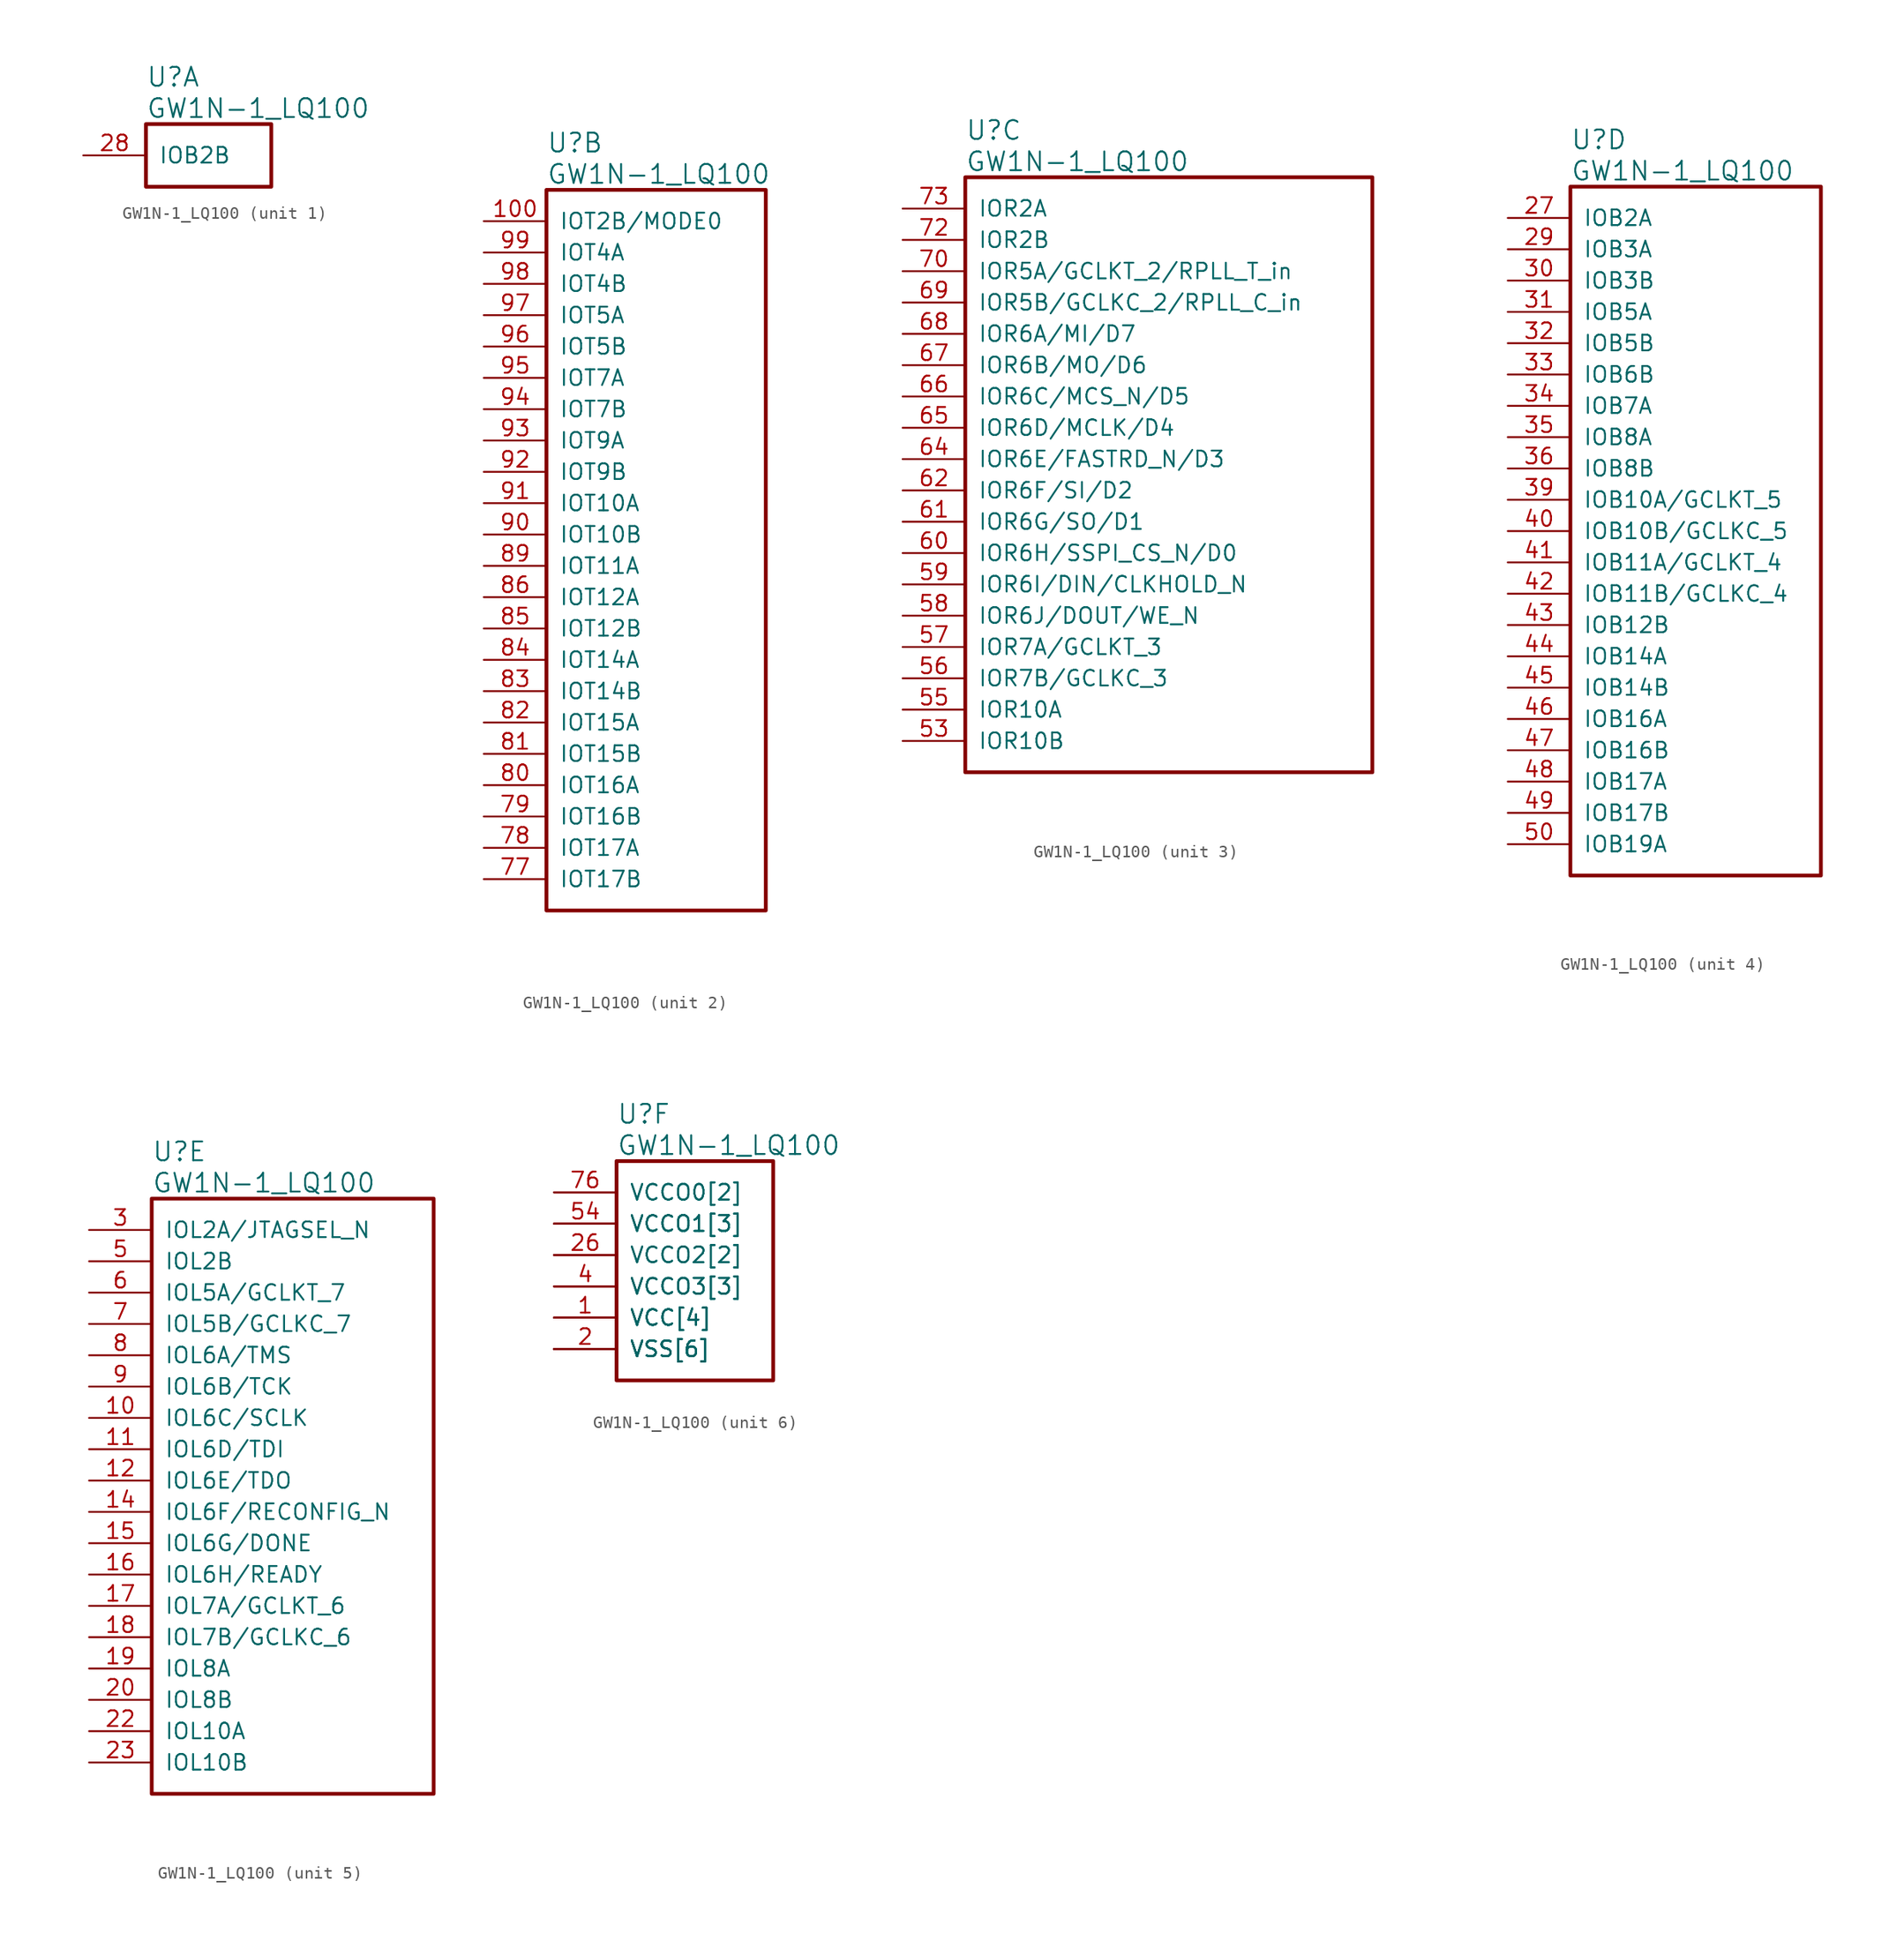
<source format=kicad_sym>
(kicad_symbol_lib
  (version 20241209)
  (generator "kicad_symbol_editor")
  (generator_version "9.0")
  (symbol "GW1N-1_LQ100"
    (pin_names
      (offset 1.016))
    (property "Reference" "U"
      (at 5.08 6.35 0)
      (effects (font (size 1.524 1.524)) (justify left)))
    (property "Value" "GW1N-1_LQ100"
      (at 5.08 3.81 0)
      (effects (font (size 1.524 1.524)) (justify left)))
    (property "ki_locked" ""
      (at 0 0 0)
      (effects (font (size 1.27 1.27))))
    (symbol "GW1N-1_LQ100_1_1"
      (rectangle (start 5.08 2.54) (end 15.24 -2.54) (stroke (width 0.305) (type solid)) (fill (type none)))
      (pin bidirectional line (at 0 0 0) (length 5.08) (name "IOB2B" (effects (font (size 1.27 1.27)))) (number "28" (effects (font (size 1.27 1.27))))))
    (symbol "GW1N-1_LQ100_2_1"
      (rectangle (start 5.08 2.54) (end 22.86 -55.88) (stroke (width 0.305) (type solid)) (fill (type none)))
      (pin bidirectional line (at 0 0 0) (length 5.08) (name "IOT2B/MODE0" (effects (font (size 1.27 1.27)))) (number "100" (effects (font (size 1.27 1.27)))))
      (pin bidirectional line (at 0 -2.54 0) (length 5.08) (name "IOT4A" (effects (font (size 1.27 1.27)))) (number "99" (effects (font (size 1.27 1.27)))))
      (pin bidirectional line (at 0 -5.08 0) (length 5.08) (name "IOT4B" (effects (font (size 1.27 1.27)))) (number "98" (effects (font (size 1.27 1.27)))))
      (pin bidirectional line (at 0 -7.62 0) (length 5.08) (name "IOT5A" (effects (font (size 1.27 1.27)))) (number "97" (effects (font (size 1.27 1.27)))))
      (pin bidirectional line (at 0 -10.16 0) (length 5.08) (name "IOT5B" (effects (font (size 1.27 1.27)))) (number "96" (effects (font (size 1.27 1.27)))))
      (pin bidirectional line (at 0 -12.7 0) (length 5.08) (name "IOT7A" (effects (font (size 1.27 1.27)))) (number "95" (effects (font (size 1.27 1.27)))))
      (pin bidirectional line (at 0 -15.24 0) (length 5.08) (name "IOT7B" (effects (font (size 1.27 1.27)))) (number "94" (effects (font (size 1.27 1.27)))))
      (pin bidirectional line (at 0 -17.78 0) (length 5.08) (name "IOT9A" (effects (font (size 1.27 1.27)))) (number "93" (effects (font (size 1.27 1.27)))))
      (pin bidirectional line (at 0 -20.32 0) (length 5.08) (name "IOT9B" (effects (font (size 1.27 1.27)))) (number "92" (effects (font (size 1.27 1.27)))))
      (pin bidirectional line (at 0 -22.86 0) (length 5.08) (name "IOT10A" (effects (font (size 1.27 1.27)))) (number "91" (effects (font (size 1.27 1.27)))))
      (pin bidirectional line (at 0 -25.4 0) (length 5.08) (name "IOT10B" (effects (font (size 1.27 1.27)))) (number "90" (effects (font (size 1.27 1.27)))))
      (pin bidirectional line (at 0 -27.94 0) (length 5.08) (name "IOT11A" (effects (font (size 1.27 1.27)))) (number "89" (effects (font (size 1.27 1.27)))))
      (pin bidirectional line (at 0 -30.48 0) (length 5.08) (name "IOT12A" (effects (font (size 1.27 1.27)))) (number "86" (effects (font (size 1.27 1.27)))))
      (pin bidirectional line (at 0 -33.02 0) (length 5.08) (name "IOT12B" (effects (font (size 1.27 1.27)))) (number "85" (effects (font (size 1.27 1.27)))))
      (pin bidirectional line (at 0 -35.56 0) (length 5.08) (name "IOT14A" (effects (font (size 1.27 1.27)))) (number "84" (effects (font (size 1.27 1.27)))))
      (pin bidirectional line (at 0 -38.1 0) (length 5.08) (name "IOT14B" (effects (font (size 1.27 1.27)))) (number "83" (effects (font (size 1.27 1.27)))))
      (pin bidirectional line (at 0 -40.64 0) (length 5.08) (name "IOT15A" (effects (font (size 1.27 1.27)))) (number "82" (effects (font (size 1.27 1.27)))))
      (pin bidirectional line (at 0 -43.18 0) (length 5.08) (name "IOT15B" (effects (font (size 1.27 1.27)))) (number "81" (effects (font (size 1.27 1.27)))))
      (pin bidirectional line (at 0 -45.72 0) (length 5.08) (name "IOT16A" (effects (font (size 1.27 1.27)))) (number "80" (effects (font (size 1.27 1.27)))))
      (pin bidirectional line (at 0 -48.26 0) (length 5.08) (name "IOT16B" (effects (font (size 1.27 1.27)))) (number "79" (effects (font (size 1.27 1.27)))))
      (pin bidirectional line (at 0 -50.8 0) (length 5.08) (name "IOT17A" (effects (font (size 1.27 1.27)))) (number "78" (effects (font (size 1.27 1.27)))))
      (pin bidirectional line (at 0 -53.34 0) (length 5.08) (name "IOT17B" (effects (font (size 1.27 1.27)))) (number "77" (effects (font (size 1.27 1.27))))))
    (symbol "GW1N-1_LQ100_3_1"
      (rectangle (start 5.08 2.54) (end 38.1 -45.72) (stroke (width 0.305) (type solid)) (fill (type none)))
      (pin bidirectional line (at 0 0 0) (length 5.08) (name "IOR2A" (effects (font (size 1.27 1.27)))) (number "73" (effects (font (size 1.27 1.27)))))
      (pin bidirectional line (at 0 -2.54 0) (length 5.08) (name "IOR2B" (effects (font (size 1.27 1.27)))) (number "72" (effects (font (size 1.27 1.27)))))
      (pin bidirectional line (at 0 -5.08 0) (length 5.08) (name "IOR5A/GCLKT_2/RPLL_T_in" (effects (font (size 1.27 1.27)))) (number "70" (effects (font (size 1.27 1.27)))))
      (pin bidirectional line (at 0 -7.62 0) (length 5.08) (name "IOR5B/GCLKC_2/RPLL_C_in" (effects (font (size 1.27 1.27)))) (number "69" (effects (font (size 1.27 1.27)))))
      (pin bidirectional line (at 0 -10.16 0) (length 5.08) (name "IOR6A/MI/D7" (effects (font (size 1.27 1.27)))) (number "68" (effects (font (size 1.27 1.27)))))
      (pin bidirectional line (at 0 -12.7 0) (length 5.08) (name "IOR6B/MO/D6" (effects (font (size 1.27 1.27)))) (number "67" (effects (font (size 1.27 1.27)))))
      (pin bidirectional line (at 0 -15.24 0) (length 5.08) (name "IOR6C/MCS_N/D5" (effects (font (size 1.27 1.27)))) (number "66" (effects (font (size 1.27 1.27)))))
      (pin bidirectional line (at 0 -17.78 0) (length 5.08) (name "IOR6D/MCLK/D4" (effects (font (size 1.27 1.27)))) (number "65" (effects (font (size 1.27 1.27)))))
      (pin bidirectional line (at 0 -20.32 0) (length 5.08) (name "IOR6E/FASTRD_N/D3" (effects (font (size 1.27 1.27)))) (number "64" (effects (font (size 1.27 1.27)))))
      (pin bidirectional line (at 0 -22.86 0) (length 5.08) (name "IOR6F/SI/D2" (effects (font (size 1.27 1.27)))) (number "62" (effects (font (size 1.27 1.27)))))
      (pin bidirectional line (at 0 -25.4 0) (length 5.08) (name "IOR6G/SO/D1" (effects (font (size 1.27 1.27)))) (number "61" (effects (font (size 1.27 1.27)))))
      (pin bidirectional line (at 0 -27.94 0) (length 5.08) (name "IOR6H/SSPI_CS_N/D0" (effects (font (size 1.27 1.27)))) (number "60" (effects (font (size 1.27 1.27)))))
      (pin bidirectional line (at 0 -30.48 0) (length 5.08) (name "IOR6I/DIN/CLKHOLD_N" (effects (font (size 1.27 1.27)))) (number "59" (effects (font (size 1.27 1.27)))))
      (pin bidirectional line (at 0 -33.02 0) (length 5.08) (name "IOR6J/DOUT/WE_N" (effects (font (size 1.27 1.27)))) (number "58" (effects (font (size 1.27 1.27)))))
      (pin bidirectional line (at 0 -35.56 0) (length 5.08) (name "IOR7A/GCLKT_3" (effects (font (size 1.27 1.27)))) (number "57" (effects (font (size 1.27 1.27)))))
      (pin bidirectional line (at 0 -38.1 0) (length 5.08) (name "IOR7B/GCLKC_3" (effects (font (size 1.27 1.27)))) (number "56" (effects (font (size 1.27 1.27)))))
      (pin bidirectional line (at 0 -40.64 0) (length 5.08) (name "IOR10A" (effects (font (size 1.27 1.27)))) (number "55" (effects (font (size 1.27 1.27)))))
      (pin bidirectional line (at 0 -43.18 0) (length 5.08) (name "IOR10B" (effects (font (size 1.27 1.27)))) (number "53" (effects (font (size 1.27 1.27))))))
    (symbol "GW1N-1_LQ100_4_1"
      (rectangle (start 5.08 2.54) (end 25.4 -53.34) (stroke (width 0.305) (type solid)) (fill (type none)))
      (pin bidirectional line (at 0 0 0) (length 5.08) (name "IOB2A" (effects (font (size 1.27 1.27)))) (number "27" (effects (font (size 1.27 1.27)))))
      (pin bidirectional line (at 0 -2.54 0) (length 5.08) (name "IOB3A" (effects (font (size 1.27 1.27)))) (number "29" (effects (font (size 1.27 1.27)))))
      (pin bidirectional line (at 0 -5.08 0) (length 5.08) (name "IOB3B" (effects (font (size 1.27 1.27)))) (number "30" (effects (font (size 1.27 1.27)))))
      (pin bidirectional line (at 0 -7.62 0) (length 5.08) (name "IOB5A" (effects (font (size 1.27 1.27)))) (number "31" (effects (font (size 1.27 1.27)))))
      (pin bidirectional line (at 0 -10.16 0) (length 5.08) (name "IOB5B" (effects (font (size 1.27 1.27)))) (number "32" (effects (font (size 1.27 1.27)))))
      (pin bidirectional line (at 0 -12.7 0) (length 5.08) (name "IOB6B" (effects (font (size 1.27 1.27)))) (number "33" (effects (font (size 1.27 1.27)))))
      (pin bidirectional line (at 0 -15.24 0) (length 5.08) (name "IOB7A" (effects (font (size 1.27 1.27)))) (number "34" (effects (font (size 1.27 1.27)))))
      (pin bidirectional line (at 0 -17.78 0) (length 5.08) (name "IOB8A" (effects (font (size 1.27 1.27)))) (number "35" (effects (font (size 1.27 1.27)))))
      (pin bidirectional line (at 0 -20.32 0) (length 5.08) (name "IOB8B" (effects (font (size 1.27 1.27)))) (number "36" (effects (font (size 1.27 1.27)))))
      (pin bidirectional line (at 0 -22.86 0) (length 5.08) (name "IOB10A/GCLKT_5" (effects (font (size 1.27 1.27)))) (number "39" (effects (font (size 1.27 1.27)))))
      (pin bidirectional line (at 0 -25.4 0) (length 5.08) (name "IOB10B/GCLKC_5" (effects (font (size 1.27 1.27)))) (number "40" (effects (font (size 1.27 1.27)))))
      (pin bidirectional line (at 0 -27.94 0) (length 5.08) (name "IOB11A/GCLKT_4" (effects (font (size 1.27 1.27)))) (number "41" (effects (font (size 1.27 1.27)))))
      (pin bidirectional line (at 0 -30.48 0) (length 5.08) (name "IOB11B/GCLKC_4" (effects (font (size 1.27 1.27)))) (number "42" (effects (font (size 1.27 1.27)))))
      (pin bidirectional line (at 0 -33.02 0) (length 5.08) (name "IOB12B" (effects (font (size 1.27 1.27)))) (number "43" (effects (font (size 1.27 1.27)))))
      (pin bidirectional line (at 0 -35.56 0) (length 5.08) (name "IOB14A" (effects (font (size 1.27 1.27)))) (number "44" (effects (font (size 1.27 1.27)))))
      (pin bidirectional line (at 0 -38.1 0) (length 5.08) (name "IOB14B" (effects (font (size 1.27 1.27)))) (number "45" (effects (font (size 1.27 1.27)))))
      (pin bidirectional line (at 0 -40.64 0) (length 5.08) (name "IOB16A" (effects (font (size 1.27 1.27)))) (number "46" (effects (font (size 1.27 1.27)))))
      (pin bidirectional line (at 0 -43.18 0) (length 5.08) (name "IOB16B" (effects (font (size 1.27 1.27)))) (number "47" (effects (font (size 1.27 1.27)))))
      (pin bidirectional line (at 0 -45.72 0) (length 5.08) (name "IOB17A" (effects (font (size 1.27 1.27)))) (number "48" (effects (font (size 1.27 1.27)))))
      (pin bidirectional line (at 0 -48.26 0) (length 5.08) (name "IOB17B" (effects (font (size 1.27 1.27)))) (number "49" (effects (font (size 1.27 1.27)))))
      (pin bidirectional line (at 0 -50.8 0) (length 5.08) (name "IOB19A" (effects (font (size 1.27 1.27)))) (number "50" (effects (font (size 1.27 1.27))))))
    (symbol "GW1N-1_LQ100_5_1"
      (rectangle (start 5.08 2.54) (end 27.94 -45.72) (stroke (width 0.305) (type solid)) (fill (type none)))
      (pin bidirectional line (at 0 0 0) (length 5.08) (name "IOL2A/JTAGSEL_N" (effects (font (size 1.27 1.27)))) (number "3" (effects (font (size 1.27 1.27)))))
      (pin bidirectional line (at 0 -2.54 0) (length 5.08) (name "IOL2B" (effects (font (size 1.27 1.27)))) (number "5" (effects (font (size 1.27 1.27)))))
      (pin bidirectional line (at 0 -5.08 0) (length 5.08) (name "IOL5A/GCLKT_7" (effects (font (size 1.27 1.27)))) (number "6" (effects (font (size 1.27 1.27)))))
      (pin bidirectional line (at 0 -7.62 0) (length 5.08) (name "IOL5B/GCLKC_7" (effects (font (size 1.27 1.27)))) (number "7" (effects (font (size 1.27 1.27)))))
      (pin bidirectional line (at 0 -10.16 0) (length 5.08) (name "IOL6A/TMS" (effects (font (size 1.27 1.27)))) (number "8" (effects (font (size 1.27 1.27)))))
      (pin bidirectional line (at 0 -12.7 0) (length 5.08) (name "IOL6B/TCK" (effects (font (size 1.27 1.27)))) (number "9" (effects (font (size 1.27 1.27)))))
      (pin bidirectional line (at 0 -15.24 0) (length 5.08) (name "IOL6C/SCLK" (effects (font (size 1.27 1.27)))) (number "10" (effects (font (size 1.27 1.27)))))
      (pin bidirectional line (at 0 -17.78 0) (length 5.08) (name "IOL6D/TDI" (effects (font (size 1.27 1.27)))) (number "11" (effects (font (size 1.27 1.27)))))
      (pin bidirectional line (at 0 -20.32 0) (length 5.08) (name "IOL6E/TDO" (effects (font (size 1.27 1.27)))) (number "12" (effects (font (size 1.27 1.27)))))
      (pin bidirectional line (at 0 -22.86 0) (length 5.08) (name "IOL6F/RECONFIG_N" (effects (font (size 1.27 1.27)))) (number "14" (effects (font (size 1.27 1.27)))))
      (pin bidirectional line (at 0 -25.4 0) (length 5.08) (name "IOL6G/DONE" (effects (font (size 1.27 1.27)))) (number "15" (effects (font (size 1.27 1.27)))))
      (pin bidirectional line (at 0 -27.94 0) (length 5.08) (name "IOL6H/READY" (effects (font (size 1.27 1.27)))) (number "16" (effects (font (size 1.27 1.27)))))
      (pin bidirectional line (at 0 -30.48 0) (length 5.08) (name "IOL7A/GCLKT_6" (effects (font (size 1.27 1.27)))) (number "17" (effects (font (size 1.27 1.27)))))
      (pin bidirectional line (at 0 -33.02 0) (length 5.08) (name "IOL7B/GCLKC_6" (effects (font (size 1.27 1.27)))) (number "18" (effects (font (size 1.27 1.27)))))
      (pin bidirectional line (at 0 -35.56 0) (length 5.08) (name "IOL8A" (effects (font (size 1.27 1.27)))) (number "19" (effects (font (size 1.27 1.27)))))
      (pin bidirectional line (at 0 -38.1 0) (length 5.08) (name "IOL8B" (effects (font (size 1.27 1.27)))) (number "20" (effects (font (size 1.27 1.27)))))
      (pin bidirectional line (at 0 -40.64 0) (length 5.08) (name "IOL10A" (effects (font (size 1.27 1.27)))) (number "22" (effects (font (size 1.27 1.27)))))
      (pin bidirectional line (at 0 -43.18 0) (length 5.08) (name "IOL10B" (effects (font (size 1.27 1.27)))) (number "23" (effects (font (size 1.27 1.27))))))
    (symbol "GW1N-1_LQ100_6_1"
      (rectangle (start 5.08 2.54) (end 17.78 -15.24) (stroke (width 0.305) (type solid)) (fill (type none)))
      (pin power_in line (at 0 0 0) (length 5.08) (name "VCCO0[2]" (effects (font (size 1.27 1.27)))) (number "76" (effects (font (size 1.27 1.27)))))
      (pin power_in line (at 0 0 0) (length 5.08) (name "VCCO0[2]" (effects (font (size 1.27 1.27)))) (number "88" (effects (font (size 0 0)))))
      (pin power_in line (at 0 -2.54 0) (length 5.08) (name "VCCO1[3]" (effects (font (size 1.27 1.27)))) (number "54" (effects (font (size 1.27 1.27)))))
      (pin power_in line (at 0 -2.54 0) (length 5.08) (name "VCCO1[3]" (effects (font (size 1.27 1.27)))) (number "63" (effects (font (size 0 0)))))
      (pin power_in line (at 0 -2.54 0) (length 5.08) (name "VCCO1[3]" (effects (font (size 1.27 1.27)))) (number "71" (effects (font (size 0 0)))))
      (pin power_in line (at 0 -5.08 0) (length 5.08) (name "VCCO2[2]" (effects (font (size 1.27 1.27)))) (number "26" (effects (font (size 1.27 1.27)))))
      (pin power_in line (at 0 -5.08 0) (length 5.08) (name "VCCO2[2]" (effects (font (size 1.27 1.27)))) (number "38" (effects (font (size 0 0)))))
      (pin power_in line (at 0 -7.62 0) (length 5.08) (name "VCCO3[3]" (effects (font (size 1.27 1.27)))) (number "13" (effects (font (size 0 0)))))
      (pin power_in line (at 0 -7.62 0) (length 5.08) (name "VCCO3[3]" (effects (font (size 1.27 1.27)))) (number "21" (effects (font (size 0 0)))))
      (pin power_in line (at 0 -7.62 0) (length 5.08) (name "VCCO3[3]" (effects (font (size 1.27 1.27)))) (number "4" (effects (font (size 1.27 1.27)))))
      (pin power_in line (at 0 -10.16 0) (length 5.08) (name "VCC[4]" (effects (font (size 1.27 1.27)))) (number "1" (effects (font (size 1.27 1.27)))))
      (pin power_in line (at 0 -10.16 0) (length 5.08) (name "VCC[4]" (effects (font (size 1.27 1.27)))) (number "25" (effects (font (size 0 0)))))
      (pin power_in line (at 0 -10.16 0) (length 5.08) (name "VCC[4]" (effects (font (size 1.27 1.27)))) (number "51" (effects (font (size 0 0)))))
      (pin power_in line (at 0 -10.16 0) (length 5.08) (name "VCC[4]" (effects (font (size 1.27 1.27)))) (number "75" (effects (font (size 0 0)))))
      (pin power_in line (at 0 -12.7 0) (length 5.08) (name "VSS[6]" (effects (font (size 1.27 1.27)))) (number "2" (effects (font (size 1.27 1.27)))))
      (pin power_in line (at 0 -12.7 0) (length 5.08) (name "VSS[6]" (effects (font (size 1.27 1.27)))) (number "24" (effects (font (size 0 0)))))
      (pin power_in line (at 0 -12.7 0) (length 5.08) (name "VSS[6]" (effects (font (size 1.27 1.27)))) (number "37" (effects (font (size 0 0)))))
      (pin power_in line (at 0 -12.7 0) (length 5.08) (name "VSS[6]" (effects (font (size 1.27 1.27)))) (number "52" (effects (font (size 0 0)))))
      (pin power_in line (at 0 -12.7 0) (length 5.08) (name "VSS[6]" (effects (font (size 1.27 1.27)))) (number "74" (effects (font (size 0 0)))))
      (pin power_in line (at 0 -12.7 0) (length 5.08) (name "VSS[6]" (effects (font (size 1.27 1.27)))) (number "87" (effects (font (size 0 0))))))))
</source>
